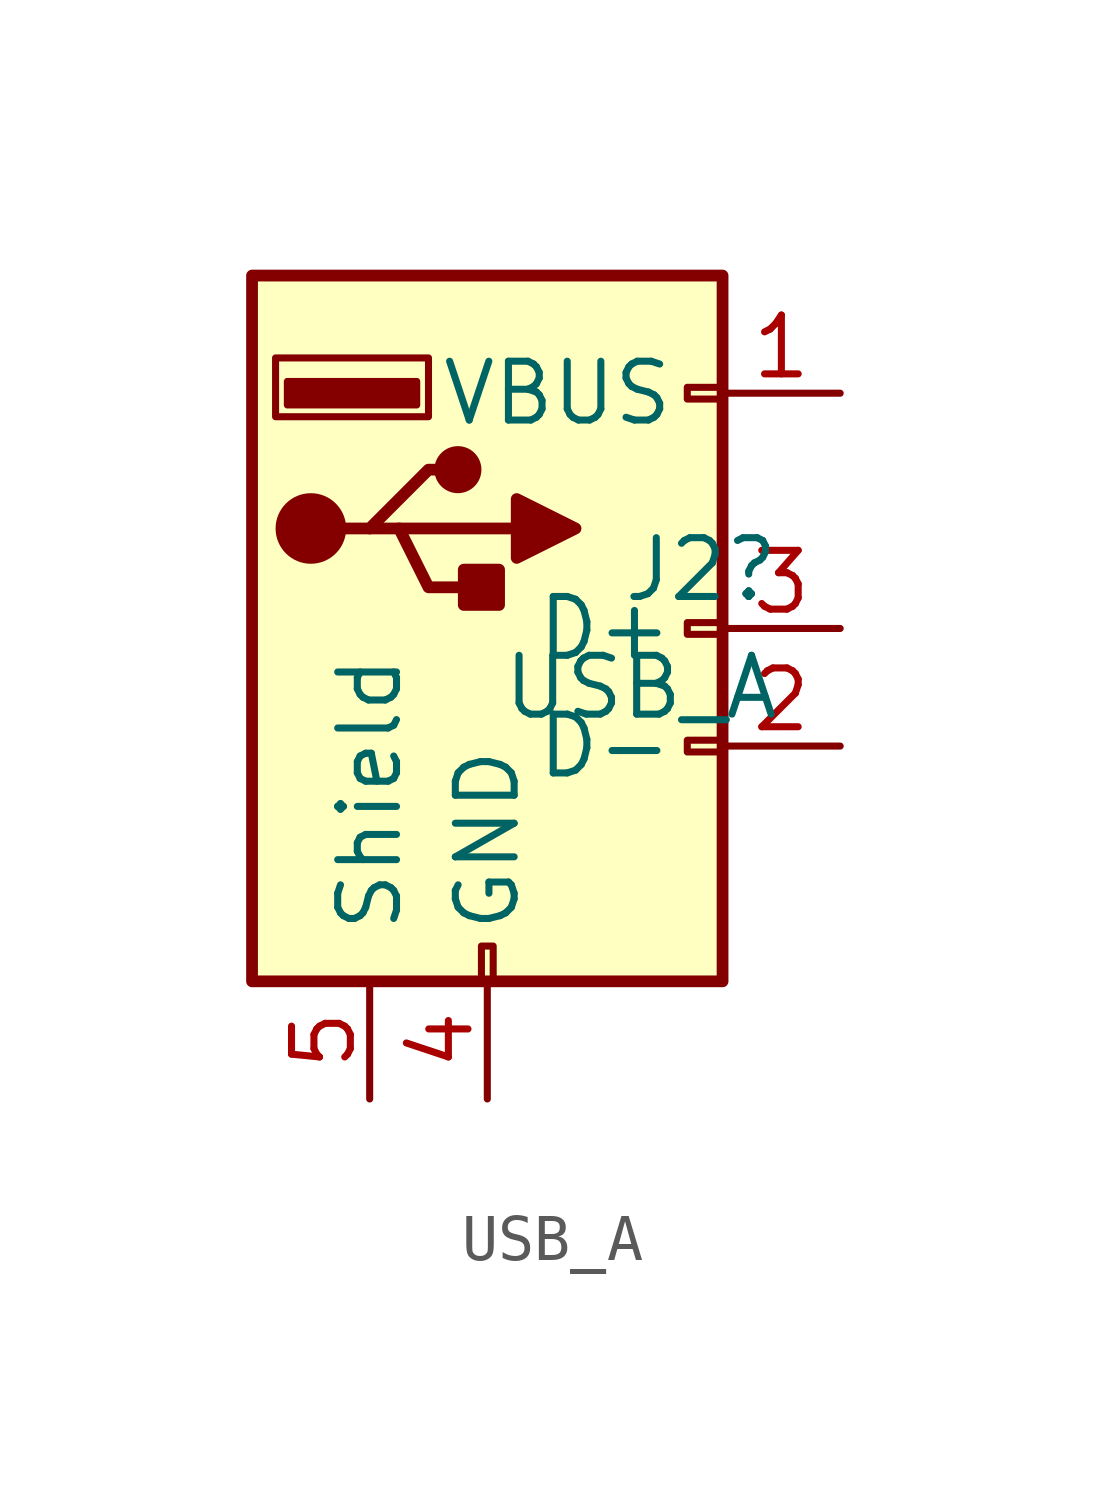
<source format=kicad_sym>
(kicad_symbol_lib
  (version 20211014)
  (generator kicad_symbol_editor)
  (symbol "USB_A"
    (pin_names
      (offset 1.016))
    (property "Reference" "J2"
      (at 6.35 1.27 0)
      (effects (font (size 1.27 1.27)) (justify right)))
    (property "Value" "USB_A"
      (at 6.35 -1.27 0)
      (effects (font (size 1.27 1.27)) (justify right)))
    (symbol "USB_A_0_1"
      (rectangle (start -5.08 -7.62) (end 5.08 7.62) (stroke (width 0.254) (type default) (color 0 0 0 0)) (fill (type background)))
      (circle (center -3.81 2.159) (radius 0.635) (stroke (width 0.254) (type default) (color 0 0 0 0)) (fill (type outline)))
      (rectangle (start -1.524 4.826) (end -4.318 5.334) (stroke (width 0) (type default) (color 0 0 0 0)) (fill (type outline)))
      (rectangle (start -1.27 4.572) (end -4.572 5.842) (stroke (width 0) (type default) (color 0 0 0 0)) (fill (type none)))
      (circle (center -0.635 3.429) (radius 0.381) (stroke (width 0.254) (type default) (color 0 0 0 0)) (fill (type outline)))
      (rectangle (start -0.127 -7.62) (end 0.127 -6.858) (stroke (width 0) (type default) (color 0 0 0 0)) (fill (type none)))
      (polyline (pts (xy -3.175 2.159) (xy -2.54 2.159) (xy -1.27 3.429) (xy -0.635 3.429)) (stroke (width 0.254) (type default) (color 0 0 0 0)) (fill (type none)))
      (polyline (pts (xy -2.54 2.159) (xy -1.905 2.159) (xy -1.27 0.889) (xy 0 0.889)) (stroke (width 0.254) (type default) (color 0 0 0 0)) (fill (type none)))
      (polyline (pts (xy 0.635 2.794) (xy 0.635 1.524) (xy 1.905 2.159) (xy 0.635 2.794)) (stroke (width 0.254) (type default) (color 0 0 0 0)) (fill (type outline)))
      (rectangle (start 0.254 1.27) (end -0.508 0.508) (stroke (width 0.254) (type default) (color 0 0 0 0)) (fill (type outline)))
      (rectangle (start 5.08 -2.667) (end 4.318 -2.413) (stroke (width 0) (type default) (color 0 0 0 0)) (fill (type none)))
      (rectangle (start 5.08 -0.127) (end 4.318 0.127) (stroke (width 0) (type default) (color 0 0 0 0)) (fill (type none)))
      (rectangle (start 5.08 4.953) (end 4.318 5.207) (stroke (width 0) (type default) (color 0 0 0 0)) (fill (type none))))
    (symbol "USB_A_1_1"
      (polyline (pts (xy -1.905 2.159) (xy 0.635 2.159)) (stroke (width 0.254) (type default) (color 0 0 0 0)) (fill (type none)))
      (pin power_in line (at 7.62 5.08 180) (length 2.54) (name "VBUS" (effects (font (size 1.27 1.27)))) (number "1" (effects (font (size 1.27 1.27)))))
      (pin bidirectional line (at 7.62 -2.54 180) (length 2.54) (name "D-" (effects (font (size 1.27 1.27)))) (number "2" (effects (font (size 1.27 1.27)))))
      (pin bidirectional line (at 7.62 0 180) (length 2.54) (name "D+" (effects (font (size 1.27 1.27)))) (number "3" (effects (font (size 1.27 1.27)))))
      (pin power_in line (at 0 -10.16 90) (length 2.54) (name "GND" (effects (font (size 1.27 1.27)))) (number "4" (effects (font (size 1.27 1.27)))))
      (pin passive line (at -2.54 -10.16 90) (length 2.54) (name "Shield" (effects (font (size 1.27 1.27)))) (number "5" (effects (font (size 1.27 1.27))))))))
</source>
